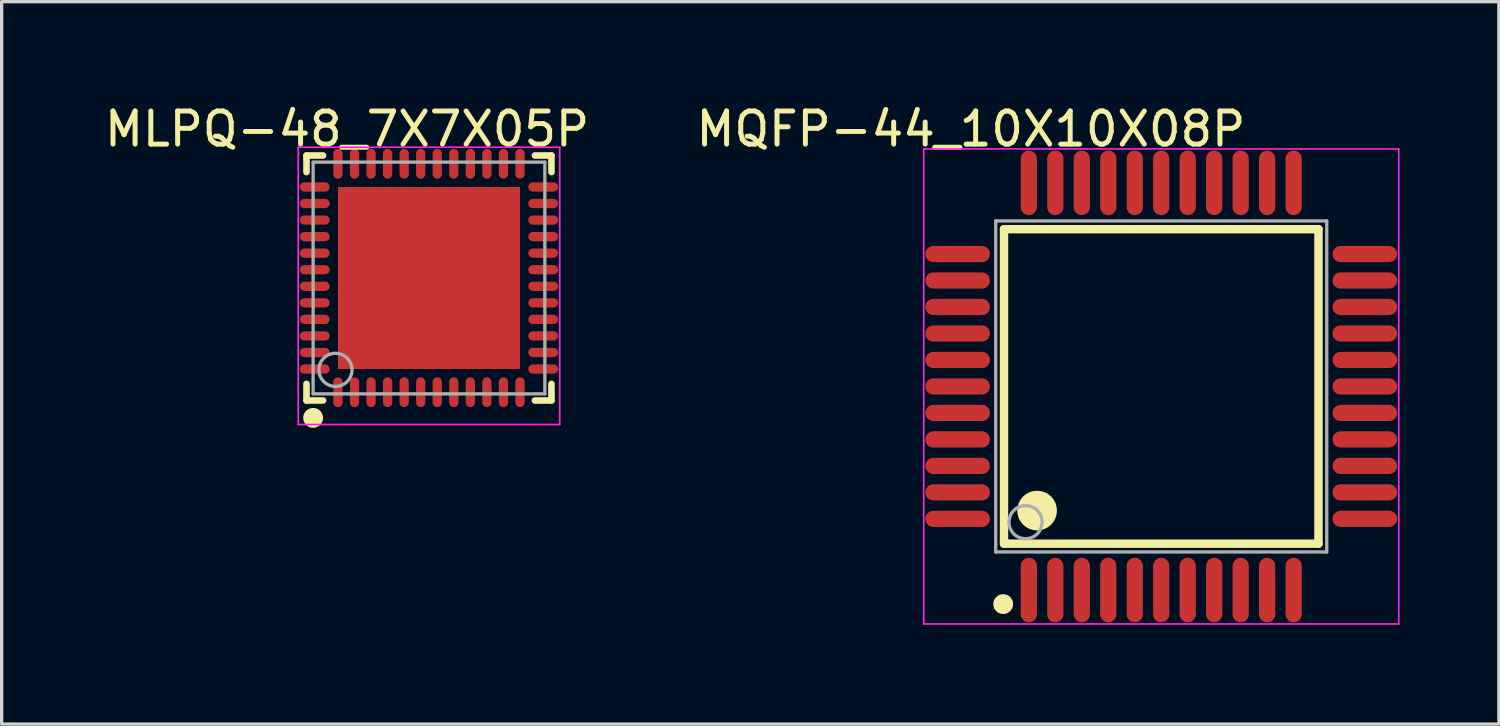
<source format=kicad_pcb>
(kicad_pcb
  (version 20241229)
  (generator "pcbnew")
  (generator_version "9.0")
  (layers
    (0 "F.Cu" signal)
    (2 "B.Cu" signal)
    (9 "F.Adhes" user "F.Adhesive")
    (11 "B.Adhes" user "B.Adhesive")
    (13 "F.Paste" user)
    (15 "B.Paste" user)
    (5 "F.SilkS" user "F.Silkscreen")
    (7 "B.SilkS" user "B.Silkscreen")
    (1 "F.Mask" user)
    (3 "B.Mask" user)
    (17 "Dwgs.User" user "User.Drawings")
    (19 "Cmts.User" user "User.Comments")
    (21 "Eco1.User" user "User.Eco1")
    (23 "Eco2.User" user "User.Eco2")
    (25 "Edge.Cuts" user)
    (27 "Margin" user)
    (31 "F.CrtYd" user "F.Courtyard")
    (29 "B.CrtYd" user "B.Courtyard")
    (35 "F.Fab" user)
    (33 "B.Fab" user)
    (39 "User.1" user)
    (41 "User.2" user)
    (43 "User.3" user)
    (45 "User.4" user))
  (footprint "MLPQ-48_7X7X05P"
    (layer "F.Cu")
    (at 9.909 5.348)
    (property "Reference" "MLPQ-48_7X7X05P" (at -2.474 -4.5 0) (layer "F.SilkS") (effects (font (size 1 1) (thickness 0.15))))
    (attr through_hole)
    (fp_line (start -3.7 -3.7) (end -3.2 -3.7) (stroke (width 0.2) (type solid)) (layer "F.SilkS"))
    (fp_line (start -3.7 -3.2) (end -3.7 -3.7) (stroke (width 0.2) (type solid)) (layer "F.SilkS"))
    (fp_line (start -3.7 3.7) (end -3.7 3.2) (stroke (width 0.2) (type solid)) (layer "F.SilkS"))
    (fp_line (start -3.7 3.7) (end -3.2 3.7) (stroke (width 0.2) (type solid)) (layer "F.SilkS"))
    (fp_line (start 3.2 -3.7) (end 3.7 -3.7) (stroke (width 0.2) (type solid)) (layer "F.SilkS"))
    (fp_line (start 3.2 3.7) (end 3.7 3.7) (stroke (width 0.2) (type solid)) (layer "F.SilkS"))
    (fp_line (start 3.7 -3.2) (end 3.7 -3.7) (stroke (width 0.2) (type solid)) (layer "F.SilkS"))
    (fp_line (start 3.7 3.7) (end 3.7 3.2) (stroke (width 0.2) (type solid)) (layer "F.SilkS"))
    (fp_circle (center -3.5 4.225) (end -3.35 4.225) (stroke (width 0.3) (type solid)) (fill no) (layer "F.SilkS"))
    (fp_line (start -3.95 -3.95) (end 3.95 -3.95) (stroke (width 0.05) (type solid)) (layer "F.CrtYd"))
    (fp_line (start -3.95 4.425) (end -3.95 -3.95) (stroke (width 0.05) (type solid)) (layer "F.CrtYd"))
    (fp_line (start 3.95 -3.95) (end 3.95 4.425) (stroke (width 0.05) (type solid)) (layer "F.CrtYd"))
    (fp_line (start 3.95 4.425) (end -3.95 4.425) (stroke (width 0.05) (type solid)) (layer "F.CrtYd"))
    (fp_line (start -3.5 -3.5) (end 3.5 -3.5) (stroke (width 0.1) (type solid)) (layer "F.Fab"))
    (fp_line (start -3.5 3.5) (end -3.5 -3.5) (stroke (width 0.1) (type solid)) (layer "F.Fab"))
    (fp_line (start -3.5 3.5) (end 3.5 3.5) (stroke (width 0.1) (type solid)) (layer "F.Fab"))
    (fp_line (start 3.5 3.5) (end 3.5 -3.5) (stroke (width 0.1) (type solid)) (layer "F.Fab"))
    (fp_circle (center -2.825 2.775) (end -2.325 2.775) (stroke (width 0.1) (type solid)) (fill no) (layer "F.Fab"))
    (pad "0" smd rect (at 0 0 270) (size 5.5 5.5) (layers "F.Cu" "F.Mask" "F.Paste"))
    (pad "1" smd oval (at -2.75 3.45 180) (size 0.28 0.9) (layers "F.Cu" "F.Mask" "F.Paste"))
    (pad "2" smd oval (at -2.25 3.45 180) (size 0.28 0.9) (layers "F.Cu" "F.Mask" "F.Paste"))
    (pad "3" smd oval (at -1.75 3.45 180) (size 0.28 0.9) (layers "F.Cu" "F.Mask" "F.Paste"))
    (pad "4" smd oval (at -1.25 3.45 180) (size 0.28 0.9) (layers "F.Cu" "F.Mask" "F.Paste"))
    (pad "5" smd oval (at -0.75 3.45 180) (size 0.28 0.9) (layers "F.Cu" "F.Mask" "F.Paste"))
    (pad "6" smd oval (at -0.25 3.45 180) (size 0.28 0.9) (layers "F.Cu" "F.Mask" "F.Paste"))
    (pad "7" smd oval (at 0.25 3.45 180) (size 0.28 0.9) (layers "F.Cu" "F.Mask" "F.Paste"))
    (pad "8" smd oval (at 0.75 3.45 180) (size 0.28 0.9) (layers "F.Cu" "F.Mask" "F.Paste"))
    (pad "9" smd oval (at 1.25 3.45 180) (size 0.28 0.9) (layers "F.Cu" "F.Mask" "F.Paste"))
    (pad "10" smd oval (at 1.75 3.45 180) (size 0.28 0.9) (layers "F.Cu" "F.Mask" "F.Paste"))
    (pad "11" smd oval (at 2.25 3.45 180) (size 0.28 0.9) (layers "F.Cu" "F.Mask" "F.Paste"))
    (pad "12" smd oval (at 2.75 3.45 180) (size 0.28 0.9) (layers "F.Cu" "F.Mask" "F.Paste"))
    (pad "13" smd oval (at 3.45 2.75 90) (size 0.28 0.9) (layers "F.Cu" "F.Mask" "F.Paste"))
    (pad "14" smd oval (at 3.45 2.25 90) (size 0.28 0.9) (layers "F.Cu" "F.Mask" "F.Paste"))
    (pad "15" smd oval (at 3.45 1.75 90) (size 0.28 0.9) (layers "F.Cu" "F.Mask" "F.Paste"))
    (pad "16" smd oval (at 3.45 1.25 90) (size 0.28 0.9) (layers "F.Cu" "F.Mask" "F.Paste"))
    (pad "17" smd oval (at 3.45 0.75 90) (size 0.28 0.9) (layers "F.Cu" "F.Mask" "F.Paste"))
    (pad "18" smd oval (at 3.45 0.25 90) (size 0.28 0.9) (layers "F.Cu" "F.Mask" "F.Paste"))
    (pad "19" smd oval (at 3.45 -0.25 90) (size 0.28 0.9) (layers "F.Cu" "F.Mask" "F.Paste"))
    (pad "20" smd oval (at 3.45 -0.75 90) (size 0.28 0.9) (layers "F.Cu" "F.Mask" "F.Paste"))
    (pad "21" smd oval (at 3.45 -1.25 90) (size 0.28 0.9) (layers "F.Cu" "F.Mask" "F.Paste"))
    (pad "22" smd oval (at 3.45 -1.75 90) (size 0.28 0.9) (layers "F.Cu" "F.Mask" "F.Paste"))
    (pad "23" smd oval (at 3.45 -2.25 90) (size 0.28 0.9) (layers "F.Cu" "F.Mask" "F.Paste"))
    (pad "24" smd oval (at 3.45 -2.75 90) (size 0.28 0.9) (layers "F.Cu" "F.Mask" "F.Paste"))
    (pad "25" smd oval (at 2.75 -3.45 180) (size 0.28 0.9) (layers "F.Cu" "F.Mask" "F.Paste"))
    (pad "26" smd oval (at 2.25 -3.45 180) (size 0.28 0.9) (layers "F.Cu" "F.Mask" "F.Paste"))
    (pad "27" smd oval (at 1.75 -3.45 180) (size 0.28 0.9) (layers "F.Cu" "F.Mask" "F.Paste"))
    (pad "28" smd oval (at 1.25 -3.45 180) (size 0.28 0.9) (layers "F.Cu" "F.Mask" "F.Paste"))
    (pad "29" smd oval (at 0.75 -3.45 180) (size 0.28 0.9) (layers "F.Cu" "F.Mask" "F.Paste"))
    (pad "30" smd oval (at 0.25 -3.45 180) (size 0.28 0.9) (layers "F.Cu" "F.Mask" "F.Paste"))
    (pad "31" smd oval (at -0.25 -3.45 180) (size 0.28 0.9) (layers "F.Cu" "F.Mask" "F.Paste"))
    (pad "32" smd oval (at -0.75 -3.45 180) (size 0.28 0.9) (layers "F.Cu" "F.Mask" "F.Paste"))
    (pad "33" smd oval (at -1.25 -3.45 180) (size 0.28 0.9) (layers "F.Cu" "F.Mask" "F.Paste"))
    (pad "34" smd oval (at -1.75 -3.45 180) (size 0.28 0.9) (layers "F.Cu" "F.Mask" "F.Paste"))
    (pad "35" smd oval (at -2.25 -3.45 180) (size 0.28 0.9) (layers "F.Cu" "F.Mask" "F.Paste"))
    (pad "36" smd oval (at -2.75 -3.45 180) (size 0.28 0.9) (layers "F.Cu" "F.Mask" "F.Paste"))
    (pad "37" smd oval (at -3.45 -2.75 90) (size 0.28 0.9) (layers "F.Cu" "F.Mask" "F.Paste"))
    (pad "38" smd oval (at -3.45 -2.25 90) (size 0.28 0.9) (layers "F.Cu" "F.Mask" "F.Paste"))
    (pad "39" smd oval (at -3.45 -1.75 90) (size 0.28 0.9) (layers "F.Cu" "F.Mask" "F.Paste"))
    (pad "40" smd oval (at -3.45 -1.25 90) (size 0.28 0.9) (layers "F.Cu" "F.Mask" "F.Paste"))
    (pad "41" smd oval (at -3.45 -0.75 90) (size 0.28 0.9) (layers "F.Cu" "F.Mask" "F.Paste"))
    (pad "42" smd oval (at -3.45 -0.25 90) (size 0.28 0.9) (layers "F.Cu" "F.Mask" "F.Paste"))
    (pad "43" smd oval (at -3.45 0.25 90) (size 0.28 0.9) (layers "F.Cu" "F.Mask" "F.Paste"))
    (pad "44" smd oval (at -3.45 0.75 90) (size 0.28 0.9) (layers "F.Cu" "F.Mask" "F.Paste"))
    (pad "45" smd oval (at -3.45 1.25 90) (size 0.28 0.9) (layers "F.Cu" "F.Mask" "F.Paste"))
    (pad "46" smd oval (at -3.45 1.75 90) (size 0.28 0.9) (layers "F.Cu" "F.Mask" "F.Paste"))
    (pad "47" smd oval (at -3.45 2.25 90) (size 0.28 0.9) (layers "F.Cu" "F.Mask" "F.Paste"))
    (pad "48" smd oval (at -3.45 2.75 90) (size 0.28 0.9) (layers "F.Cu" "F.Mask" "F.Paste")))
  (footprint "MQFP-44_10X10X08P"
    (layer "F.Cu")
    (at 32.03 8.624)
    (property "Reference" "MQFP-44_10X10X08P" (at -5.75 -7.776 0) (layer "F.SilkS") (effects (font (size 1 1) (thickness 0.15))))
    (attr through_hole)
    (fp_line (start -4.75 -4.75) (end 4.75 -4.75) (stroke (width 0.254) (type solid)) (layer "F.SilkS"))
    (fp_line (start -4.75 4.75) (end -4.75 -4.75) (stroke (width 0.254) (type solid)) (layer "F.SilkS"))
    (fp_line (start -4.75 4.75) (end 4.75 4.75) (stroke (width 0.254) (type solid)) (layer "F.SilkS"))
    (fp_line (start 4.75 4.75) (end 4.75 -4.75) (stroke (width 0.254) (type solid)) (layer "F.SilkS"))
    (fp_circle (center -4.775 6.575) (end -4.625 6.575) (stroke (width 0.3) (type solid)) (fill no) (layer "F.SilkS"))
    (fp_circle (center -3.75 3.75) (end -3.45 3.75) (stroke (width 0.6) (type solid)) (fill no) (layer "F.SilkS"))
    (fp_line (start -7.175 -7.175) (end 7.175 -7.175) (stroke (width 0.05) (type solid)) (layer "F.CrtYd"))
    (fp_line (start -7.175 7.175) (end -7.175 -7.175) (stroke (width 0.05) (type solid)) (layer "F.CrtYd"))
    (fp_line (start 7.175 -7.175) (end 7.175 7.175) (stroke (width 0.05) (type solid)) (layer "F.CrtYd"))
    (fp_line (start 7.175 7.175) (end -7.175 7.175) (stroke (width 0.05) (type solid)) (layer "F.CrtYd"))
    (fp_line (start -5 -5) (end 5 -5) (stroke (width 0.1) (type solid)) (layer "F.Fab"))
    (fp_line (start -5 5) (end -5 -5) (stroke (width 0.1) (type solid)) (layer "F.Fab"))
    (fp_line (start -5 5) (end 5 5) (stroke (width 0.1) (type solid)) (layer "F.Fab"))
    (fp_line (start 5 5) (end 5 -5) (stroke (width 0.1) (type solid)) (layer "F.Fab"))
    (fp_circle (center -4.1 4.1) (end -3.6 4.1) (stroke (width 0.1) (type solid)) (fill no) (layer "F.Fab"))
    (pad "1" smd oval (at -4 6.15 180) (size 0.49 1.95) (layers "F.Cu" "F.Mask" "F.Paste"))
    (pad "2" smd oval (at -3.2 6.15 180) (size 0.49 1.95) (layers "F.Cu" "F.Mask" "F.Paste"))
    (pad "3" smd oval (at -2.4 6.15 180) (size 0.49 1.95) (layers "F.Cu" "F.Mask" "F.Paste"))
    (pad "4" smd oval (at -1.6 6.15 180) (size 0.49 1.95) (layers "F.Cu" "F.Mask" "F.Paste"))
    (pad "5" smd oval (at -0.8 6.15 180) (size 0.49 1.95) (layers "F.Cu" "F.Mask" "F.Paste"))
    (pad "6" smd oval (at 0 6.15 180) (size 0.49 1.95) (layers "F.Cu" "F.Mask" "F.Paste"))
    (pad "7" smd oval (at 0.8 6.15 180) (size 0.49 1.95) (layers "F.Cu" "F.Mask" "F.Paste"))
    (pad "8" smd oval (at 1.6 6.15 180) (size 0.49 1.95) (layers "F.Cu" "F.Mask" "F.Paste"))
    (pad "9" smd oval (at 2.4 6.15 180) (size 0.49 1.95) (layers "F.Cu" "F.Mask" "F.Paste"))
    (pad "10" smd oval (at 3.2 6.15 180) (size 0.49 1.95) (layers "F.Cu" "F.Mask" "F.Paste"))
    (pad "11" smd oval (at 4 6.15 180) (size 0.49 1.95) (layers "F.Cu" "F.Mask" "F.Paste"))
    (pad "12" smd oval (at 6.15 4 90) (size 0.49 1.95) (layers "F.Cu" "F.Mask" "F.Paste"))
    (pad "13" smd oval (at 6.15 3.2 90) (size 0.49 1.95) (layers "F.Cu" "F.Mask" "F.Paste"))
    (pad "14" smd oval (at 6.15 2.4 90) (size 0.49 1.95) (layers "F.Cu" "F.Mask" "F.Paste"))
    (pad "15" smd oval (at 6.15 1.6 90) (size 0.49 1.95) (layers "F.Cu" "F.Mask" "F.Paste"))
    (pad "16" smd oval (at 6.15 0.8 90) (size 0.49 1.95) (layers "F.Cu" "F.Mask" "F.Paste"))
    (pad "17" smd oval (at 6.15 0 90) (size 0.49 1.95) (layers "F.Cu" "F.Mask" "F.Paste"))
    (pad "18" smd oval (at 6.15 -0.8 90) (size 0.49 1.95) (layers "F.Cu" "F.Mask" "F.Paste"))
    (pad "19" smd oval (at 6.15 -1.6 90) (size 0.49 1.95) (layers "F.Cu" "F.Mask" "F.Paste"))
    (pad "20" smd oval (at 6.15 -2.4 90) (size 0.49 1.95) (layers "F.Cu" "F.Mask" "F.Paste"))
    (pad "21" smd oval (at 6.15 -3.2 90) (size 0.49 1.95) (layers "F.Cu" "F.Mask" "F.Paste"))
    (pad "22" smd oval (at 6.15 -4 90) (size 0.49 1.95) (layers "F.Cu" "F.Mask" "F.Paste"))
    (pad "23" smd oval (at 4 -6.15 180) (size 0.49 1.95) (layers "F.Cu" "F.Mask" "F.Paste"))
    (pad "24" smd oval (at 3.2 -6.15 180) (size 0.49 1.95) (layers "F.Cu" "F.Mask" "F.Paste"))
    (pad "25" smd oval (at 2.4 -6.15 180) (size 0.49 1.95) (layers "F.Cu" "F.Mask" "F.Paste"))
    (pad "26" smd oval (at 1.6 -6.15 180) (size 0.49 1.95) (layers "F.Cu" "F.Mask" "F.Paste"))
    (pad "27" smd oval (at 0.8 -6.15 180) (size 0.49 1.95) (layers "F.Cu" "F.Mask" "F.Paste"))
    (pad "28" smd oval (at 0 -6.15 180) (size 0.49 1.95) (layers "F.Cu" "F.Mask" "F.Paste"))
    (pad "29" smd oval (at -0.8 -6.15 180) (size 0.49 1.95) (layers "F.Cu" "F.Mask" "F.Paste"))
    (pad "30" smd oval (at -1.6 -6.15 180) (size 0.49 1.95) (layers "F.Cu" "F.Mask" "F.Paste"))
    (pad "31" smd oval (at -2.4 -6.15 180) (size 0.49 1.95) (layers "F.Cu" "F.Mask" "F.Paste"))
    (pad "32" smd oval (at -3.2 -6.15 180) (size 0.49 1.95) (layers "F.Cu" "F.Mask" "F.Paste"))
    (pad "33" smd oval (at -4 -6.15 180) (size 0.49 1.95) (layers "F.Cu" "F.Mask" "F.Paste"))
    (pad "34" smd oval (at -6.15 -4 90) (size 0.49 1.95) (layers "F.Cu" "F.Mask" "F.Paste"))
    (pad "35" smd oval (at -6.15 -3.2 90) (size 0.49 1.95) (layers "F.Cu" "F.Mask" "F.Paste"))
    (pad "36" smd oval (at -6.15 -2.4 90) (size 0.49 1.95) (layers "F.Cu" "F.Mask" "F.Paste"))
    (pad "37" smd oval (at -6.15 -1.6 90) (size 0.49 1.95) (layers "F.Cu" "F.Mask" "F.Paste"))
    (pad "38" smd oval (at -6.15 -0.8 90) (size 0.49 1.95) (layers "F.Cu" "F.Mask" "F.Paste"))
    (pad "39" smd oval (at -6.15 0 90) (size 0.49 1.95) (layers "F.Cu" "F.Mask" "F.Paste"))
    (pad "40" smd oval (at -6.15 0.8 90) (size 0.49 1.95) (layers "F.Cu" "F.Mask" "F.Paste"))
    (pad "41" smd oval (at -6.15 1.6 90) (size 0.49 1.95) (layers "F.Cu" "F.Mask" "F.Paste"))
    (pad "42" smd oval (at -6.15 2.4 90) (size 0.49 1.95) (layers "F.Cu" "F.Mask" "F.Paste"))
    (pad "43" smd oval (at -6.15 3.2 90) (size 0.49 1.95) (layers "F.Cu" "F.Mask" "F.Paste"))
    (pad "44" smd oval (at -6.15 4 90) (size 0.49 1.95) (layers "F.Cu" "F.Mask" "F.Paste")))
  (gr_rect
    (start -3 -3)
    (end 42.23 18.824)
    (stroke (width 0.1) (type default))
    (fill no)
    (layer "Edge.Cuts")))
</source>
